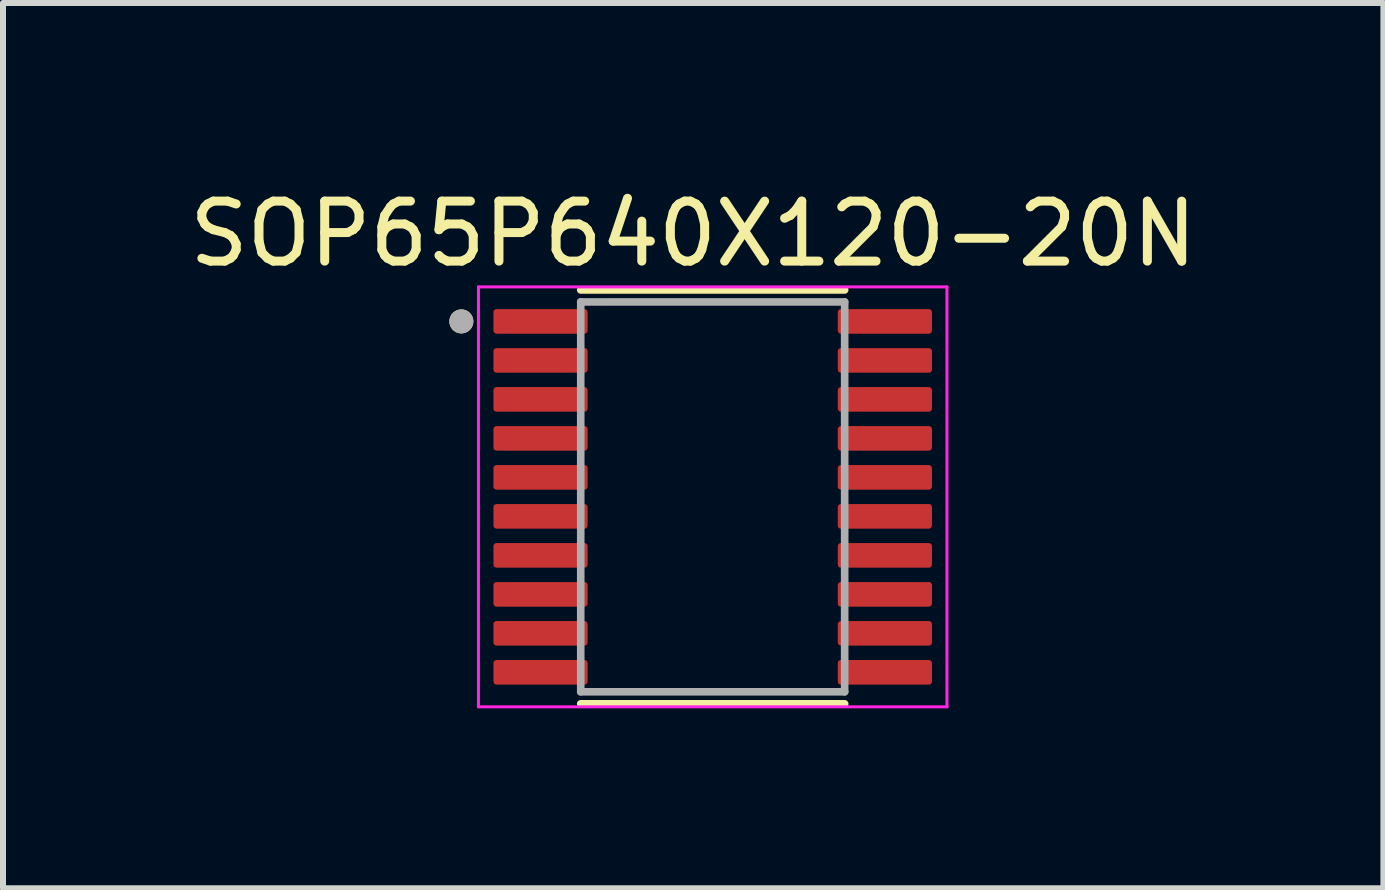
<source format=kicad_pcb>
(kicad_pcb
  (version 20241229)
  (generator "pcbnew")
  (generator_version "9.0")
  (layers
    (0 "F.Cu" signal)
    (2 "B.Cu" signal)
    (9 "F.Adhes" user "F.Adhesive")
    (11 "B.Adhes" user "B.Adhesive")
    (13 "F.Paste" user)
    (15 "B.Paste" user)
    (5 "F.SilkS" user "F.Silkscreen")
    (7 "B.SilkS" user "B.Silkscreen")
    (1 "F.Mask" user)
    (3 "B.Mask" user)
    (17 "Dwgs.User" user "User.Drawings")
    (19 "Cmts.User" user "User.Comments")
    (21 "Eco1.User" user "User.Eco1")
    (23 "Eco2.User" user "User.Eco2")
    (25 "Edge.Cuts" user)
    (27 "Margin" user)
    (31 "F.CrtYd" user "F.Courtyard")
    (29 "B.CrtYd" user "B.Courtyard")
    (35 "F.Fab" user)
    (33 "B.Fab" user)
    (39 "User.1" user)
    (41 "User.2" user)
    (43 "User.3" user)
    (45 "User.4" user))
  (footprint "SOP65P640X120-20N"
    (layer "F.Cu")
    (at 8.831 5.233)
    (property "Reference" "SOP65P640X120-20N" (at -0.325 -4.385 0) (layer "F.SilkS") (effects (font (size 1 1) (thickness 0.15))))
    (attr smd)
    (fp_line (start -2.2 -3.45) (end 2.2 -3.45) (stroke (width 0.127) (type solid)) (layer "F.SilkS"))
    (fp_line (start -2.2 3.45) (end 2.2 3.45) (stroke (width 0.127) (type solid)) (layer "F.SilkS"))
    (fp_circle (center -4.19 -2.925) (end -4.09 -2.925) (stroke (width 0.2) (type solid)) (fill no) (layer "F.SilkS"))
    (fp_line (start -3.905 -3.5) (end -3.905 3.5) (stroke (width 0.05) (type solid)) (layer "F.CrtYd"))
    (fp_line (start -3.905 -3.5) (end 3.905 -3.5) (stroke (width 0.05) (type solid)) (layer "F.CrtYd"))
    (fp_line (start -3.905 3.5) (end 3.905 3.5) (stroke (width 0.05) (type solid)) (layer "F.CrtYd"))
    (fp_line (start 3.905 -3.5) (end 3.905 3.5) (stroke (width 0.05) (type solid)) (layer "F.CrtYd"))
    (fp_line (start -2.2 -3.25) (end -2.2 3.25) (stroke (width 0.127) (type solid)) (layer "F.Fab"))
    (fp_line (start -2.2 -3.25) (end 2.2 -3.25) (stroke (width 0.127) (type solid)) (layer "F.Fab"))
    (fp_line (start -2.2 3.25) (end 2.2 3.25) (stroke (width 0.127) (type solid)) (layer "F.Fab"))
    (fp_line (start 2.2 -3.25) (end 2.2 3.25) (stroke (width 0.127) (type solid)) (layer "F.Fab"))
    (fp_circle (center -4.19 -2.925) (end -4.09 -2.925) (stroke (width 0.2) (type solid)) (fill no) (layer "F.Fab"))
    (pad "1" smd roundrect (at -2.87 -2.925) (size 1.57 0.41) (layers "F.Cu" "F.Mask" "F.Paste") (roundrect_rratio 0.125))
    (pad "2" smd roundrect (at -2.87 -2.275) (size 1.57 0.41) (layers "F.Cu" "F.Mask" "F.Paste") (roundrect_rratio 0.125))
    (pad "3" smd roundrect (at -2.87 -1.625) (size 1.57 0.41) (layers "F.Cu" "F.Mask" "F.Paste") (roundrect_rratio 0.125))
    (pad "4" smd roundrect (at -2.87 -0.975) (size 1.57 0.41) (layers "F.Cu" "F.Mask" "F.Paste") (roundrect_rratio 0.125))
    (pad "5" smd roundrect (at -2.87 -0.325) (size 1.57 0.41) (layers "F.Cu" "F.Mask" "F.Paste") (roundrect_rratio 0.125))
    (pad "6" smd roundrect (at -2.87 0.325) (size 1.57 0.41) (layers "F.Cu" "F.Mask" "F.Paste") (roundrect_rratio 0.125))
    (pad "7" smd roundrect (at -2.87 0.975) (size 1.57 0.41) (layers "F.Cu" "F.Mask" "F.Paste") (roundrect_rratio 0.125))
    (pad "8" smd roundrect (at -2.87 1.625) (size 1.57 0.41) (layers "F.Cu" "F.Mask" "F.Paste") (roundrect_rratio 0.125))
    (pad "9" smd roundrect (at -2.87 2.275) (size 1.57 0.41) (layers "F.Cu" "F.Mask" "F.Paste") (roundrect_rratio 0.125))
    (pad "10" smd roundrect (at -2.87 2.925) (size 1.57 0.41) (layers "F.Cu" "F.Mask" "F.Paste") (roundrect_rratio 0.125))
    (pad "11" smd roundrect (at 2.87 2.925) (size 1.57 0.41) (layers "F.Cu" "F.Mask" "F.Paste") (roundrect_rratio 0.125))
    (pad "12" smd roundrect (at 2.87 2.275) (size 1.57 0.41) (layers "F.Cu" "F.Mask" "F.Paste") (roundrect_rratio 0.125))
    (pad "13" smd roundrect (at 2.87 1.625) (size 1.57 0.41) (layers "F.Cu" "F.Mask" "F.Paste") (roundrect_rratio 0.125))
    (pad "14" smd roundrect (at 2.87 0.975) (size 1.57 0.41) (layers "F.Cu" "F.Mask" "F.Paste") (roundrect_rratio 0.125))
    (pad "15" smd roundrect (at 2.87 0.325) (size 1.57 0.41) (layers "F.Cu" "F.Mask" "F.Paste") (roundrect_rratio 0.125))
    (pad "16" smd roundrect (at 2.87 -0.325) (size 1.57 0.41) (layers "F.Cu" "F.Mask" "F.Paste") (roundrect_rratio 0.125))
    (pad "17" smd roundrect (at 2.87 -0.975) (size 1.57 0.41) (layers "F.Cu" "F.Mask" "F.Paste") (roundrect_rratio 0.125))
    (pad "18" smd roundrect (at 2.87 -1.625) (size 1.57 0.41) (layers "F.Cu" "F.Mask" "F.Paste") (roundrect_rratio 0.125))
    (pad "19" smd roundrect (at 2.87 -2.275) (size 1.57 0.41) (layers "F.Cu" "F.Mask" "F.Paste") (roundrect_rratio 0.125))
    (pad "20" smd roundrect (at 2.87 -2.925) (size 1.57 0.41) (layers "F.Cu" "F.Mask" "F.Paste") (roundrect_rratio 0.125)))
  (gr_rect
    (start -3 -3)
    (end 20.012 11.758)
    (stroke (width 0.1) (type default))
    (fill no)
    (layer "Edge.Cuts")))
</source>
